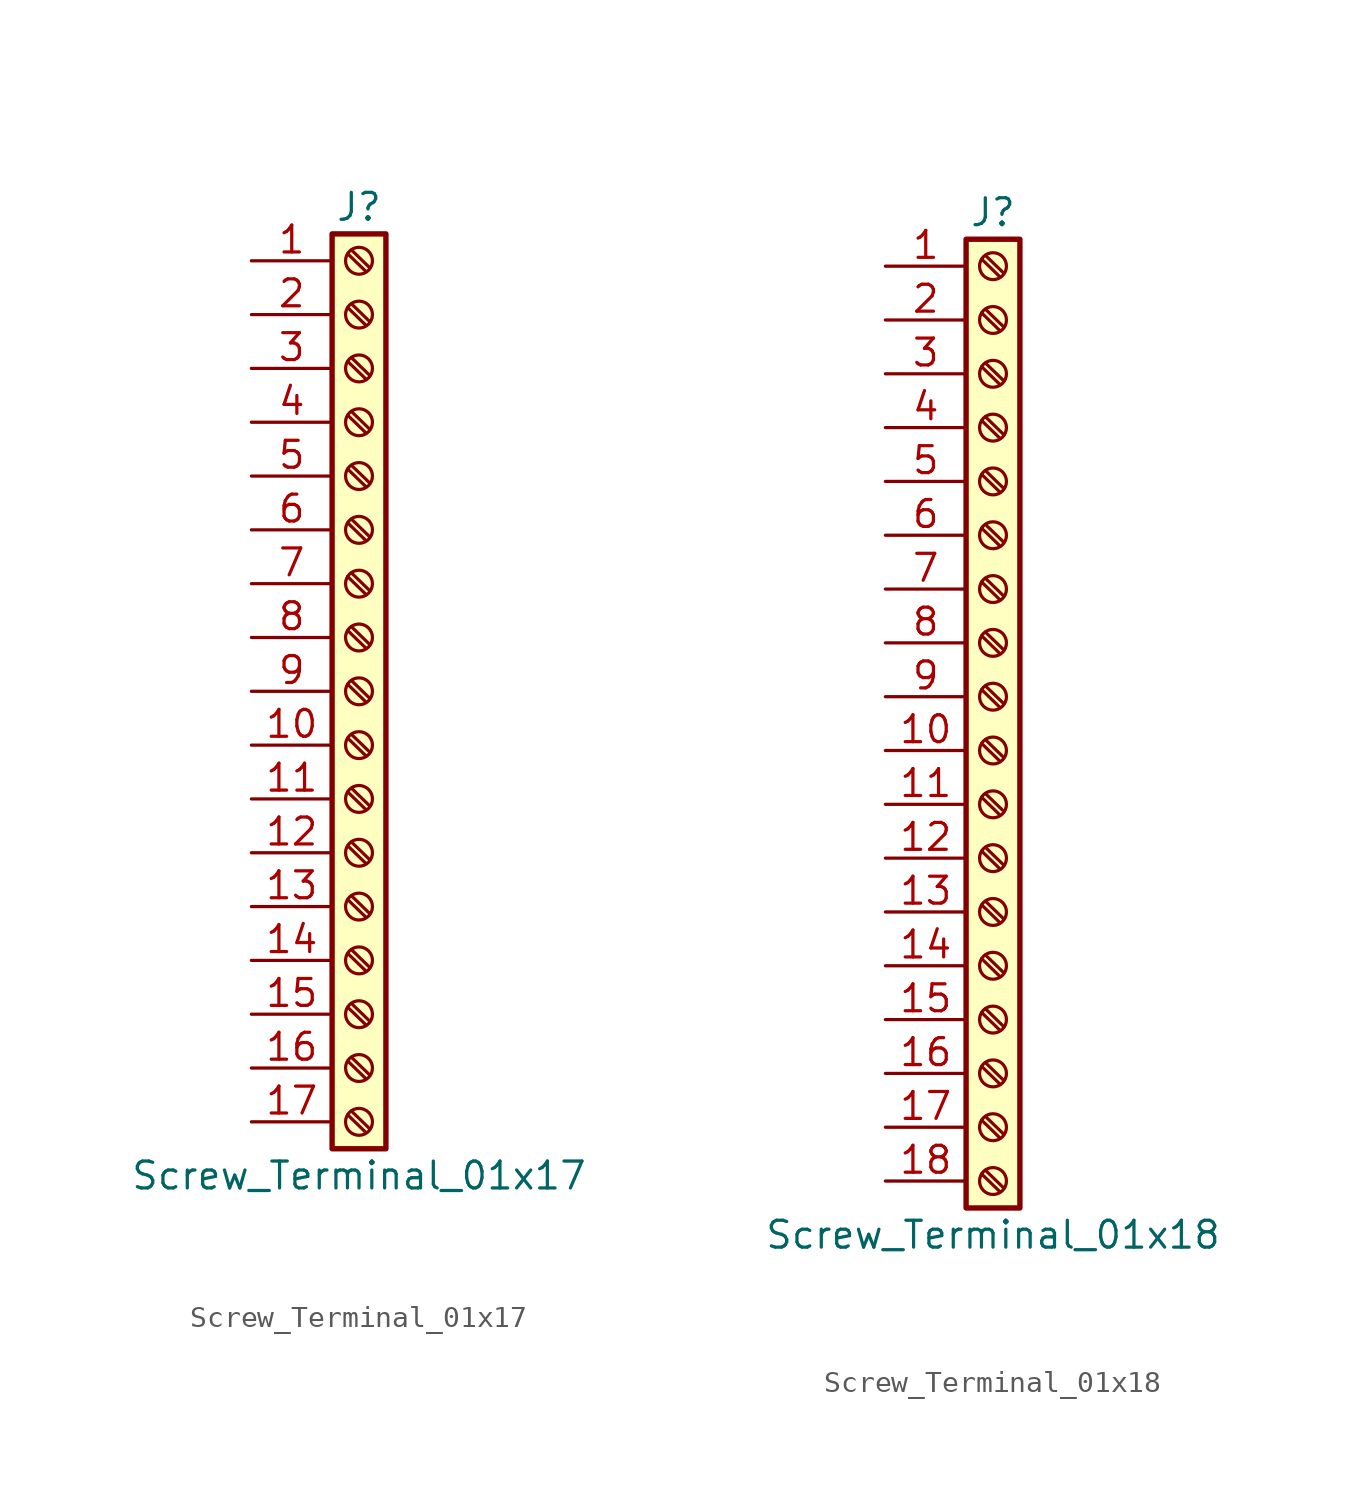
<source format=kicad_sym>
(kicad_symbol_lib
  (version 20220914)
  (generator kicad_symbol_editor)
  (symbol "Screw_Terminal_01x17"
    (pin_names
      (offset 1.016) hide)
    (property "Reference" "J"
      (at 0 22.86 0)
      (effects (font (size 1.27 1.27))))
    (property "Value" "Screw_Terminal_01x17"
      (at 0 -22.86 0)
      (effects (font (size 1.27 1.27))))
    (symbol "Screw_Terminal_01x17_1_1"
      (rectangle (start -1.27 21.59) (end 1.27 -21.59) (stroke (width 0.254) (type solid)) (fill (type background)))
      (circle (center 0 -20.32) (radius 0.635) (stroke (width 0.152) (type solid)) (fill (type none)))
      (circle (center 0 -17.78) (radius 0.635) (stroke (width 0.152) (type solid)) (fill (type none)))
      (circle (center 0 -15.24) (radius 0.635) (stroke (width 0.152) (type solid)) (fill (type none)))
      (circle (center 0 -12.7) (radius 0.635) (stroke (width 0.152) (type solid)) (fill (type none)))
      (circle (center 0 -10.16) (radius 0.635) (stroke (width 0.152) (type solid)) (fill (type none)))
      (circle (center 0 -7.62) (radius 0.635) (stroke (width 0.152) (type solid)) (fill (type none)))
      (circle (center 0 -5.08) (radius 0.635) (stroke (width 0.152) (type solid)) (fill (type none)))
      (circle (center 0 -2.54) (radius 0.635) (stroke (width 0.152) (type solid)) (fill (type none)))
      (polyline (pts (xy -0.533 -19.99) (xy 0.33 -20.828)) (stroke (width 0.152) (type solid)) (fill (type none)))
      (polyline (pts (xy -0.533 -17.45) (xy 0.33 -18.288)) (stroke (width 0.152) (type solid)) (fill (type none)))
      (polyline (pts (xy -0.533 -14.91) (xy 0.33 -15.748)) (stroke (width 0.152) (type solid)) (fill (type none)))
      (polyline (pts (xy -0.533 -12.37) (xy 0.33 -13.208)) (stroke (width 0.152) (type solid)) (fill (type none)))
      (polyline (pts (xy -0.533 -9.83) (xy 0.33 -10.668)) (stroke (width 0.152) (type solid)) (fill (type none)))
      (polyline (pts (xy -0.533 -7.29) (xy 0.33 -8.128)) (stroke (width 0.152) (type solid)) (fill (type none)))
      (polyline (pts (xy -0.533 -4.75) (xy 0.33 -5.588)) (stroke (width 0.152) (type solid)) (fill (type none)))
      (polyline (pts (xy -0.533 -2.21) (xy 0.33 -3.048)) (stroke (width 0.152) (type solid)) (fill (type none)))
      (polyline (pts (xy -0.533 0.33) (xy 0.33 -0.508)) (stroke (width 0.152) (type solid)) (fill (type none)))
      (polyline (pts (xy -0.533 2.87) (xy 0.33 2.032)) (stroke (width 0.152) (type solid)) (fill (type none)))
      (polyline (pts (xy -0.533 5.41) (xy 0.33 4.572)) (stroke (width 0.152) (type solid)) (fill (type none)))
      (polyline (pts (xy -0.533 7.95) (xy 0.33 7.112)) (stroke (width 0.152) (type solid)) (fill (type none)))
      (polyline (pts (xy -0.533 10.49) (xy 0.33 9.652)) (stroke (width 0.152) (type solid)) (fill (type none)))
      (polyline (pts (xy -0.533 13.03) (xy 0.33 12.192)) (stroke (width 0.152) (type solid)) (fill (type none)))
      (polyline (pts (xy -0.533 15.57) (xy 0.33 14.732)) (stroke (width 0.152) (type solid)) (fill (type none)))
      (polyline (pts (xy -0.533 18.11) (xy 0.33 17.272)) (stroke (width 0.152) (type solid)) (fill (type none)))
      (polyline (pts (xy -0.533 20.65) (xy 0.33 19.812)) (stroke (width 0.152) (type solid)) (fill (type none)))
      (polyline (pts (xy -0.356 -19.812) (xy 0.508 -20.65)) (stroke (width 0.152) (type solid)) (fill (type none)))
      (polyline (pts (xy -0.356 -17.272) (xy 0.508 -18.11)) (stroke (width 0.152) (type solid)) (fill (type none)))
      (polyline (pts (xy -0.356 -14.732) (xy 0.508 -15.57)) (stroke (width 0.152) (type solid)) (fill (type none)))
      (polyline (pts (xy -0.356 -12.192) (xy 0.508 -13.03)) (stroke (width 0.152) (type solid)) (fill (type none)))
      (polyline (pts (xy -0.356 -9.652) (xy 0.508 -10.49)) (stroke (width 0.152) (type solid)) (fill (type none)))
      (polyline (pts (xy -0.356 -7.112) (xy 0.508 -7.95)) (stroke (width 0.152) (type solid)) (fill (type none)))
      (polyline (pts (xy -0.356 -4.572) (xy 0.508 -5.41)) (stroke (width 0.152) (type solid)) (fill (type none)))
      (polyline (pts (xy -0.356 -2.032) (xy 0.508 -2.87)) (stroke (width 0.152) (type solid)) (fill (type none)))
      (polyline (pts (xy -0.356 0.508) (xy 0.508 -0.33)) (stroke (width 0.152) (type solid)) (fill (type none)))
      (polyline (pts (xy -0.356 3.048) (xy 0.508 2.21)) (stroke (width 0.152) (type solid)) (fill (type none)))
      (polyline (pts (xy -0.356 5.588) (xy 0.508 4.75)) (stroke (width 0.152) (type solid)) (fill (type none)))
      (polyline (pts (xy -0.356 8.128) (xy 0.508 7.29)) (stroke (width 0.152) (type solid)) (fill (type none)))
      (polyline (pts (xy -0.356 10.668) (xy 0.508 9.83)) (stroke (width 0.152) (type solid)) (fill (type none)))
      (polyline (pts (xy -0.356 13.208) (xy 0.508 12.37)) (stroke (width 0.152) (type solid)) (fill (type none)))
      (polyline (pts (xy -0.356 15.748) (xy 0.508 14.91)) (stroke (width 0.152) (type solid)) (fill (type none)))
      (polyline (pts (xy -0.356 18.288) (xy 0.508 17.45)) (stroke (width 0.152) (type solid)) (fill (type none)))
      (polyline (pts (xy -0.356 20.828) (xy 0.508 19.99)) (stroke (width 0.152) (type solid)) (fill (type none)))
      (circle (center 0 0) (radius 0.635) (stroke (width 0.152) (type solid)) (fill (type none)))
      (circle (center 0 2.54) (radius 0.635) (stroke (width 0.152) (type solid)) (fill (type none)))
      (circle (center 0 5.08) (radius 0.635) (stroke (width 0.152) (type solid)) (fill (type none)))
      (circle (center 0 7.62) (radius 0.635) (stroke (width 0.152) (type solid)) (fill (type none)))
      (circle (center 0 10.16) (radius 0.635) (stroke (width 0.152) (type solid)) (fill (type none)))
      (circle (center 0 12.7) (radius 0.635) (stroke (width 0.152) (type solid)) (fill (type none)))
      (circle (center 0 15.24) (radius 0.635) (stroke (width 0.152) (type solid)) (fill (type none)))
      (circle (center 0 17.78) (radius 0.635) (stroke (width 0.152) (type solid)) (fill (type none)))
      (circle (center 0 20.32) (radius 0.635) (stroke (width 0.152) (type solid)) (fill (type none)))
      (pin passive line (at -5.08 20.32 0) (length 3.81) (name "Pin_1" (effects (font (size 1.27 1.27)))) (number "1" (effects (font (size 1.27 1.27)))))
      (pin passive line (at -5.08 -2.54 0) (length 3.81) (name "Pin_10" (effects (font (size 1.27 1.27)))) (number "10" (effects (font (size 1.27 1.27)))))
      (pin passive line (at -5.08 -5.08 0) (length 3.81) (name "Pin_11" (effects (font (size 1.27 1.27)))) (number "11" (effects (font (size 1.27 1.27)))))
      (pin passive line (at -5.08 -7.62 0) (length 3.81) (name "Pin_12" (effects (font (size 1.27 1.27)))) (number "12" (effects (font (size 1.27 1.27)))))
      (pin passive line (at -5.08 -10.16 0) (length 3.81) (name "Pin_13" (effects (font (size 1.27 1.27)))) (number "13" (effects (font (size 1.27 1.27)))))
      (pin passive line (at -5.08 -12.7 0) (length 3.81) (name "Pin_14" (effects (font (size 1.27 1.27)))) (number "14" (effects (font (size 1.27 1.27)))))
      (pin passive line (at -5.08 -15.24 0) (length 3.81) (name "Pin_15" (effects (font (size 1.27 1.27)))) (number "15" (effects (font (size 1.27 1.27)))))
      (pin passive line (at -5.08 -17.78 0) (length 3.81) (name "Pin_16" (effects (font (size 1.27 1.27)))) (number "16" (effects (font (size 1.27 1.27)))))
      (pin passive line (at -5.08 -20.32 0) (length 3.81) (name "Pin_17" (effects (font (size 1.27 1.27)))) (number "17" (effects (font (size 1.27 1.27)))))
      (pin passive line (at -5.08 17.78 0) (length 3.81) (name "Pin_2" (effects (font (size 1.27 1.27)))) (number "2" (effects (font (size 1.27 1.27)))))
      (pin passive line (at -5.08 15.24 0) (length 3.81) (name "Pin_3" (effects (font (size 1.27 1.27)))) (number "3" (effects (font (size 1.27 1.27)))))
      (pin passive line (at -5.08 12.7 0) (length 3.81) (name "Pin_4" (effects (font (size 1.27 1.27)))) (number "4" (effects (font (size 1.27 1.27)))))
      (pin passive line (at -5.08 10.16 0) (length 3.81) (name "Pin_5" (effects (font (size 1.27 1.27)))) (number "5" (effects (font (size 1.27 1.27)))))
      (pin passive line (at -5.08 7.62 0) (length 3.81) (name "Pin_6" (effects (font (size 1.27 1.27)))) (number "6" (effects (font (size 1.27 1.27)))))
      (pin passive line (at -5.08 5.08 0) (length 3.81) (name "Pin_7" (effects (font (size 1.27 1.27)))) (number "7" (effects (font (size 1.27 1.27)))))
      (pin passive line (at -5.08 2.54 0) (length 3.81) (name "Pin_8" (effects (font (size 1.27 1.27)))) (number "8" (effects (font (size 1.27 1.27)))))
      (pin passive line (at -5.08 0 0) (length 3.81) (name "Pin_9" (effects (font (size 1.27 1.27)))) (number "9" (effects (font (size 1.27 1.27)))))))
  (symbol "Screw_Terminal_01x18"
    (pin_names
      (offset 1.016) hide)
    (property "Reference" "J"
      (at 0 22.86 0)
      (effects (font (size 1.27 1.27))))
    (property "Value" "Screw_Terminal_01x18"
      (at 0 -25.4 0)
      (effects (font (size 1.27 1.27))))
    (symbol "Screw_Terminal_01x18_1_1"
      (rectangle (start -1.27 21.59) (end 1.27 -24.13) (stroke (width 0.254) (type solid)) (fill (type background)))
      (circle (center 0 -22.86) (radius 0.635) (stroke (width 0.152) (type solid)) (fill (type none)))
      (circle (center 0 -20.32) (radius 0.635) (stroke (width 0.152) (type solid)) (fill (type none)))
      (circle (center 0 -17.78) (radius 0.635) (stroke (width 0.152) (type solid)) (fill (type none)))
      (circle (center 0 -15.24) (radius 0.635) (stroke (width 0.152) (type solid)) (fill (type none)))
      (circle (center 0 -12.7) (radius 0.635) (stroke (width 0.152) (type solid)) (fill (type none)))
      (circle (center 0 -10.16) (radius 0.635) (stroke (width 0.152) (type solid)) (fill (type none)))
      (circle (center 0 -7.62) (radius 0.635) (stroke (width 0.152) (type solid)) (fill (type none)))
      (circle (center 0 -5.08) (radius 0.635) (stroke (width 0.152) (type solid)) (fill (type none)))
      (circle (center 0 -2.54) (radius 0.635) (stroke (width 0.152) (type solid)) (fill (type none)))
      (polyline (pts (xy -0.533 -22.53) (xy 0.33 -23.368)) (stroke (width 0.152) (type solid)) (fill (type none)))
      (polyline (pts (xy -0.533 -19.99) (xy 0.33 -20.828)) (stroke (width 0.152) (type solid)) (fill (type none)))
      (polyline (pts (xy -0.533 -17.45) (xy 0.33 -18.288)) (stroke (width 0.152) (type solid)) (fill (type none)))
      (polyline (pts (xy -0.533 -14.91) (xy 0.33 -15.748)) (stroke (width 0.152) (type solid)) (fill (type none)))
      (polyline (pts (xy -0.533 -12.37) (xy 0.33 -13.208)) (stroke (width 0.152) (type solid)) (fill (type none)))
      (polyline (pts (xy -0.533 -9.83) (xy 0.33 -10.668)) (stroke (width 0.152) (type solid)) (fill (type none)))
      (polyline (pts (xy -0.533 -7.29) (xy 0.33 -8.128)) (stroke (width 0.152) (type solid)) (fill (type none)))
      (polyline (pts (xy -0.533 -4.75) (xy 0.33 -5.588)) (stroke (width 0.152) (type solid)) (fill (type none)))
      (polyline (pts (xy -0.533 -2.21) (xy 0.33 -3.048)) (stroke (width 0.152) (type solid)) (fill (type none)))
      (polyline (pts (xy -0.533 0.33) (xy 0.33 -0.508)) (stroke (width 0.152) (type solid)) (fill (type none)))
      (polyline (pts (xy -0.533 2.87) (xy 0.33 2.032)) (stroke (width 0.152) (type solid)) (fill (type none)))
      (polyline (pts (xy -0.533 5.41) (xy 0.33 4.572)) (stroke (width 0.152) (type solid)) (fill (type none)))
      (polyline (pts (xy -0.533 7.95) (xy 0.33 7.112)) (stroke (width 0.152) (type solid)) (fill (type none)))
      (polyline (pts (xy -0.533 10.49) (xy 0.33 9.652)) (stroke (width 0.152) (type solid)) (fill (type none)))
      (polyline (pts (xy -0.533 13.03) (xy 0.33 12.192)) (stroke (width 0.152) (type solid)) (fill (type none)))
      (polyline (pts (xy -0.533 15.57) (xy 0.33 14.732)) (stroke (width 0.152) (type solid)) (fill (type none)))
      (polyline (pts (xy -0.533 18.11) (xy 0.33 17.272)) (stroke (width 0.152) (type solid)) (fill (type none)))
      (polyline (pts (xy -0.533 20.65) (xy 0.33 19.812)) (stroke (width 0.152) (type solid)) (fill (type none)))
      (polyline (pts (xy -0.356 -22.352) (xy 0.508 -23.19)) (stroke (width 0.152) (type solid)) (fill (type none)))
      (polyline (pts (xy -0.356 -19.812) (xy 0.508 -20.65)) (stroke (width 0.152) (type solid)) (fill (type none)))
      (polyline (pts (xy -0.356 -17.272) (xy 0.508 -18.11)) (stroke (width 0.152) (type solid)) (fill (type none)))
      (polyline (pts (xy -0.356 -14.732) (xy 0.508 -15.57)) (stroke (width 0.152) (type solid)) (fill (type none)))
      (polyline (pts (xy -0.356 -12.192) (xy 0.508 -13.03)) (stroke (width 0.152) (type solid)) (fill (type none)))
      (polyline (pts (xy -0.356 -9.652) (xy 0.508 -10.49)) (stroke (width 0.152) (type solid)) (fill (type none)))
      (polyline (pts (xy -0.356 -7.112) (xy 0.508 -7.95)) (stroke (width 0.152) (type solid)) (fill (type none)))
      (polyline (pts (xy -0.356 -4.572) (xy 0.508 -5.41)) (stroke (width 0.152) (type solid)) (fill (type none)))
      (polyline (pts (xy -0.356 -2.032) (xy 0.508 -2.87)) (stroke (width 0.152) (type solid)) (fill (type none)))
      (polyline (pts (xy -0.356 0.508) (xy 0.508 -0.33)) (stroke (width 0.152) (type solid)) (fill (type none)))
      (polyline (pts (xy -0.356 3.048) (xy 0.508 2.21)) (stroke (width 0.152) (type solid)) (fill (type none)))
      (polyline (pts (xy -0.356 5.588) (xy 0.508 4.75)) (stroke (width 0.152) (type solid)) (fill (type none)))
      (polyline (pts (xy -0.356 8.128) (xy 0.508 7.29)) (stroke (width 0.152) (type solid)) (fill (type none)))
      (polyline (pts (xy -0.356 10.668) (xy 0.508 9.83)) (stroke (width 0.152) (type solid)) (fill (type none)))
      (polyline (pts (xy -0.356 13.208) (xy 0.508 12.37)) (stroke (width 0.152) (type solid)) (fill (type none)))
      (polyline (pts (xy -0.356 15.748) (xy 0.508 14.91)) (stroke (width 0.152) (type solid)) (fill (type none)))
      (polyline (pts (xy -0.356 18.288) (xy 0.508 17.45)) (stroke (width 0.152) (type solid)) (fill (type none)))
      (polyline (pts (xy -0.356 20.828) (xy 0.508 19.99)) (stroke (width 0.152) (type solid)) (fill (type none)))
      (circle (center 0 0) (radius 0.635) (stroke (width 0.152) (type solid)) (fill (type none)))
      (circle (center 0 2.54) (radius 0.635) (stroke (width 0.152) (type solid)) (fill (type none)))
      (circle (center 0 5.08) (radius 0.635) (stroke (width 0.152) (type solid)) (fill (type none)))
      (circle (center 0 7.62) (radius 0.635) (stroke (width 0.152) (type solid)) (fill (type none)))
      (circle (center 0 10.16) (radius 0.635) (stroke (width 0.152) (type solid)) (fill (type none)))
      (circle (center 0 12.7) (radius 0.635) (stroke (width 0.152) (type solid)) (fill (type none)))
      (circle (center 0 15.24) (radius 0.635) (stroke (width 0.152) (type solid)) (fill (type none)))
      (circle (center 0 17.78) (radius 0.635) (stroke (width 0.152) (type solid)) (fill (type none)))
      (circle (center 0 20.32) (radius 0.635) (stroke (width 0.152) (type solid)) (fill (type none)))
      (pin passive line (at -5.08 20.32 0) (length 3.81) (name "Pin_1" (effects (font (size 1.27 1.27)))) (number "1" (effects (font (size 1.27 1.27)))))
      (pin passive line (at -5.08 -2.54 0) (length 3.81) (name "Pin_10" (effects (font (size 1.27 1.27)))) (number "10" (effects (font (size 1.27 1.27)))))
      (pin passive line (at -5.08 -5.08 0) (length 3.81) (name "Pin_11" (effects (font (size 1.27 1.27)))) (number "11" (effects (font (size 1.27 1.27)))))
      (pin passive line (at -5.08 -7.62 0) (length 3.81) (name "Pin_12" (effects (font (size 1.27 1.27)))) (number "12" (effects (font (size 1.27 1.27)))))
      (pin passive line (at -5.08 -10.16 0) (length 3.81) (name "Pin_13" (effects (font (size 1.27 1.27)))) (number "13" (effects (font (size 1.27 1.27)))))
      (pin passive line (at -5.08 -12.7 0) (length 3.81) (name "Pin_14" (effects (font (size 1.27 1.27)))) (number "14" (effects (font (size 1.27 1.27)))))
      (pin passive line (at -5.08 -15.24 0) (length 3.81) (name "Pin_15" (effects (font (size 1.27 1.27)))) (number "15" (effects (font (size 1.27 1.27)))))
      (pin passive line (at -5.08 -17.78 0) (length 3.81) (name "Pin_16" (effects (font (size 1.27 1.27)))) (number "16" (effects (font (size 1.27 1.27)))))
      (pin passive line (at -5.08 -20.32 0) (length 3.81) (name "Pin_17" (effects (font (size 1.27 1.27)))) (number "17" (effects (font (size 1.27 1.27)))))
      (pin passive line (at -5.08 -22.86 0) (length 3.81) (name "Pin_18" (effects (font (size 1.27 1.27)))) (number "18" (effects (font (size 1.27 1.27)))))
      (pin passive line (at -5.08 17.78 0) (length 3.81) (name "Pin_2" (effects (font (size 1.27 1.27)))) (number "2" (effects (font (size 1.27 1.27)))))
      (pin passive line (at -5.08 15.24 0) (length 3.81) (name "Pin_3" (effects (font (size 1.27 1.27)))) (number "3" (effects (font (size 1.27 1.27)))))
      (pin passive line (at -5.08 12.7 0) (length 3.81) (name "Pin_4" (effects (font (size 1.27 1.27)))) (number "4" (effects (font (size 1.27 1.27)))))
      (pin passive line (at -5.08 10.16 0) (length 3.81) (name "Pin_5" (effects (font (size 1.27 1.27)))) (number "5" (effects (font (size 1.27 1.27)))))
      (pin passive line (at -5.08 7.62 0) (length 3.81) (name "Pin_6" (effects (font (size 1.27 1.27)))) (number "6" (effects (font (size 1.27 1.27)))))
      (pin passive line (at -5.08 5.08 0) (length 3.81) (name "Pin_7" (effects (font (size 1.27 1.27)))) (number "7" (effects (font (size 1.27 1.27)))))
      (pin passive line (at -5.08 2.54 0) (length 3.81) (name "Pin_8" (effects (font (size 1.27 1.27)))) (number "8" (effects (font (size 1.27 1.27)))))
      (pin passive line (at -5.08 0 0) (length 3.81) (name "Pin_9" (effects (font (size 1.27 1.27)))) (number "9" (effects (font (size 1.27 1.27))))))))
</source>
